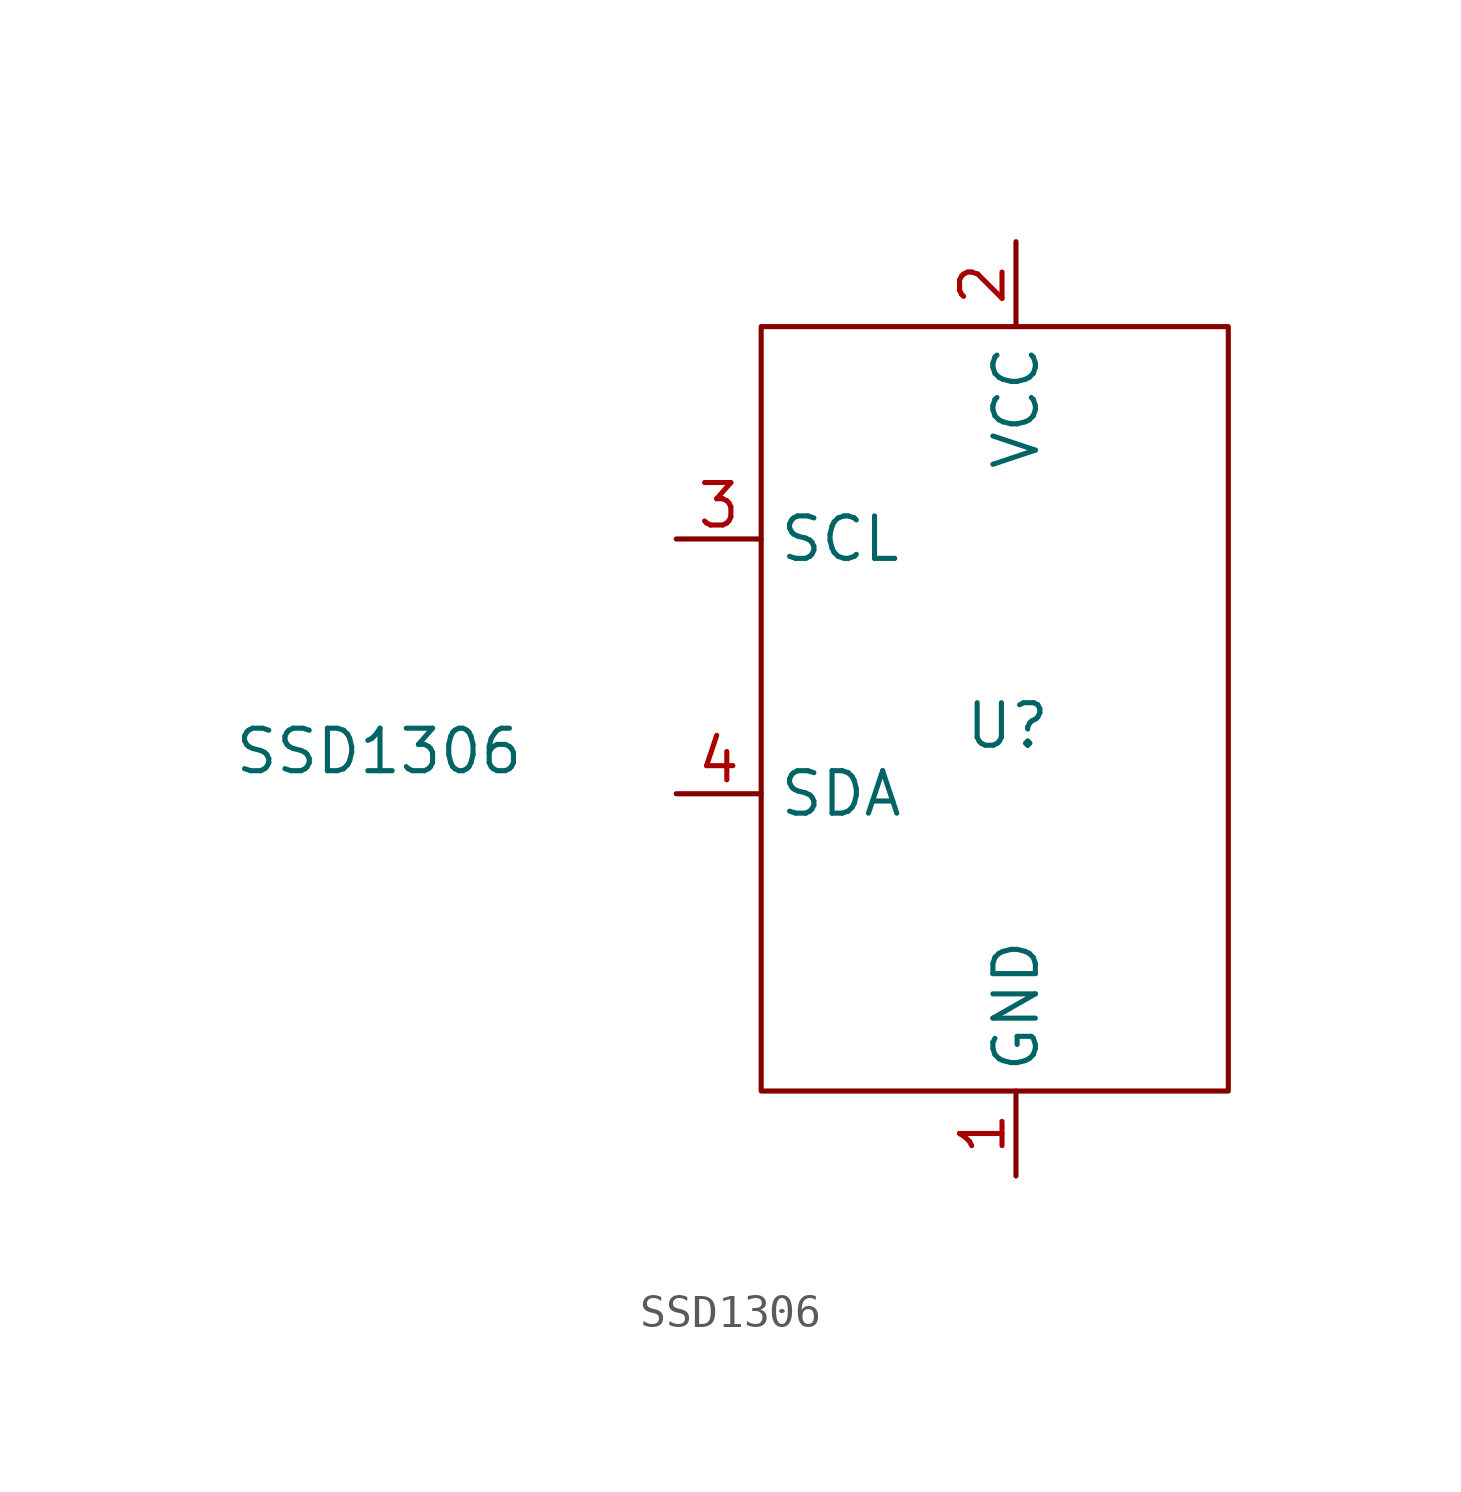
<source format=kicad_sym>
(kicad_symbol_lib
  (version 20231120)
  (generator "kicad_symbol_editor")
  (generator_version "8.0")
  (symbol "SSD1306"
    (property "Reference" "U"
      (at -0.254 -0.508 0)
      (effects (font (size 1.27 1.27))))
    (property "Value" "SSD1306"
      (at -19.05 -1.27 0)
      (effects (font (size 1.27 1.27))))
    (symbol "SSD1306_0_1"
      (rectangle (start -7.62 11.43) (end 6.35 -11.43) (stroke (width 0) (type default)) (fill (type none))))
    (symbol "SSD1306_1_1"
      (pin power_in line (at 0 -13.97 90) (length 2.54) (name "GND" (effects (font (size 1.27 1.27)))) (number "1" (effects (font (size 1.27 1.27)))))
      (pin power_in line (at 0 13.97 270) (length 2.54) (name "VCC" (effects (font (size 1.27 1.27)))) (number "2" (effects (font (size 1.27 1.27)))))
      (pin input line (at -10.16 5.08 0) (length 2.54) (name "SCL" (effects (font (size 1.27 1.27)))) (number "3" (effects (font (size 1.27 1.27)))))
      (pin bidirectional line (at -10.16 -2.54 0) (length 2.54) (name "SDA" (effects (font (size 1.27 1.27)))) (number "4" (effects (font (size 1.27 1.27))))))))
</source>
